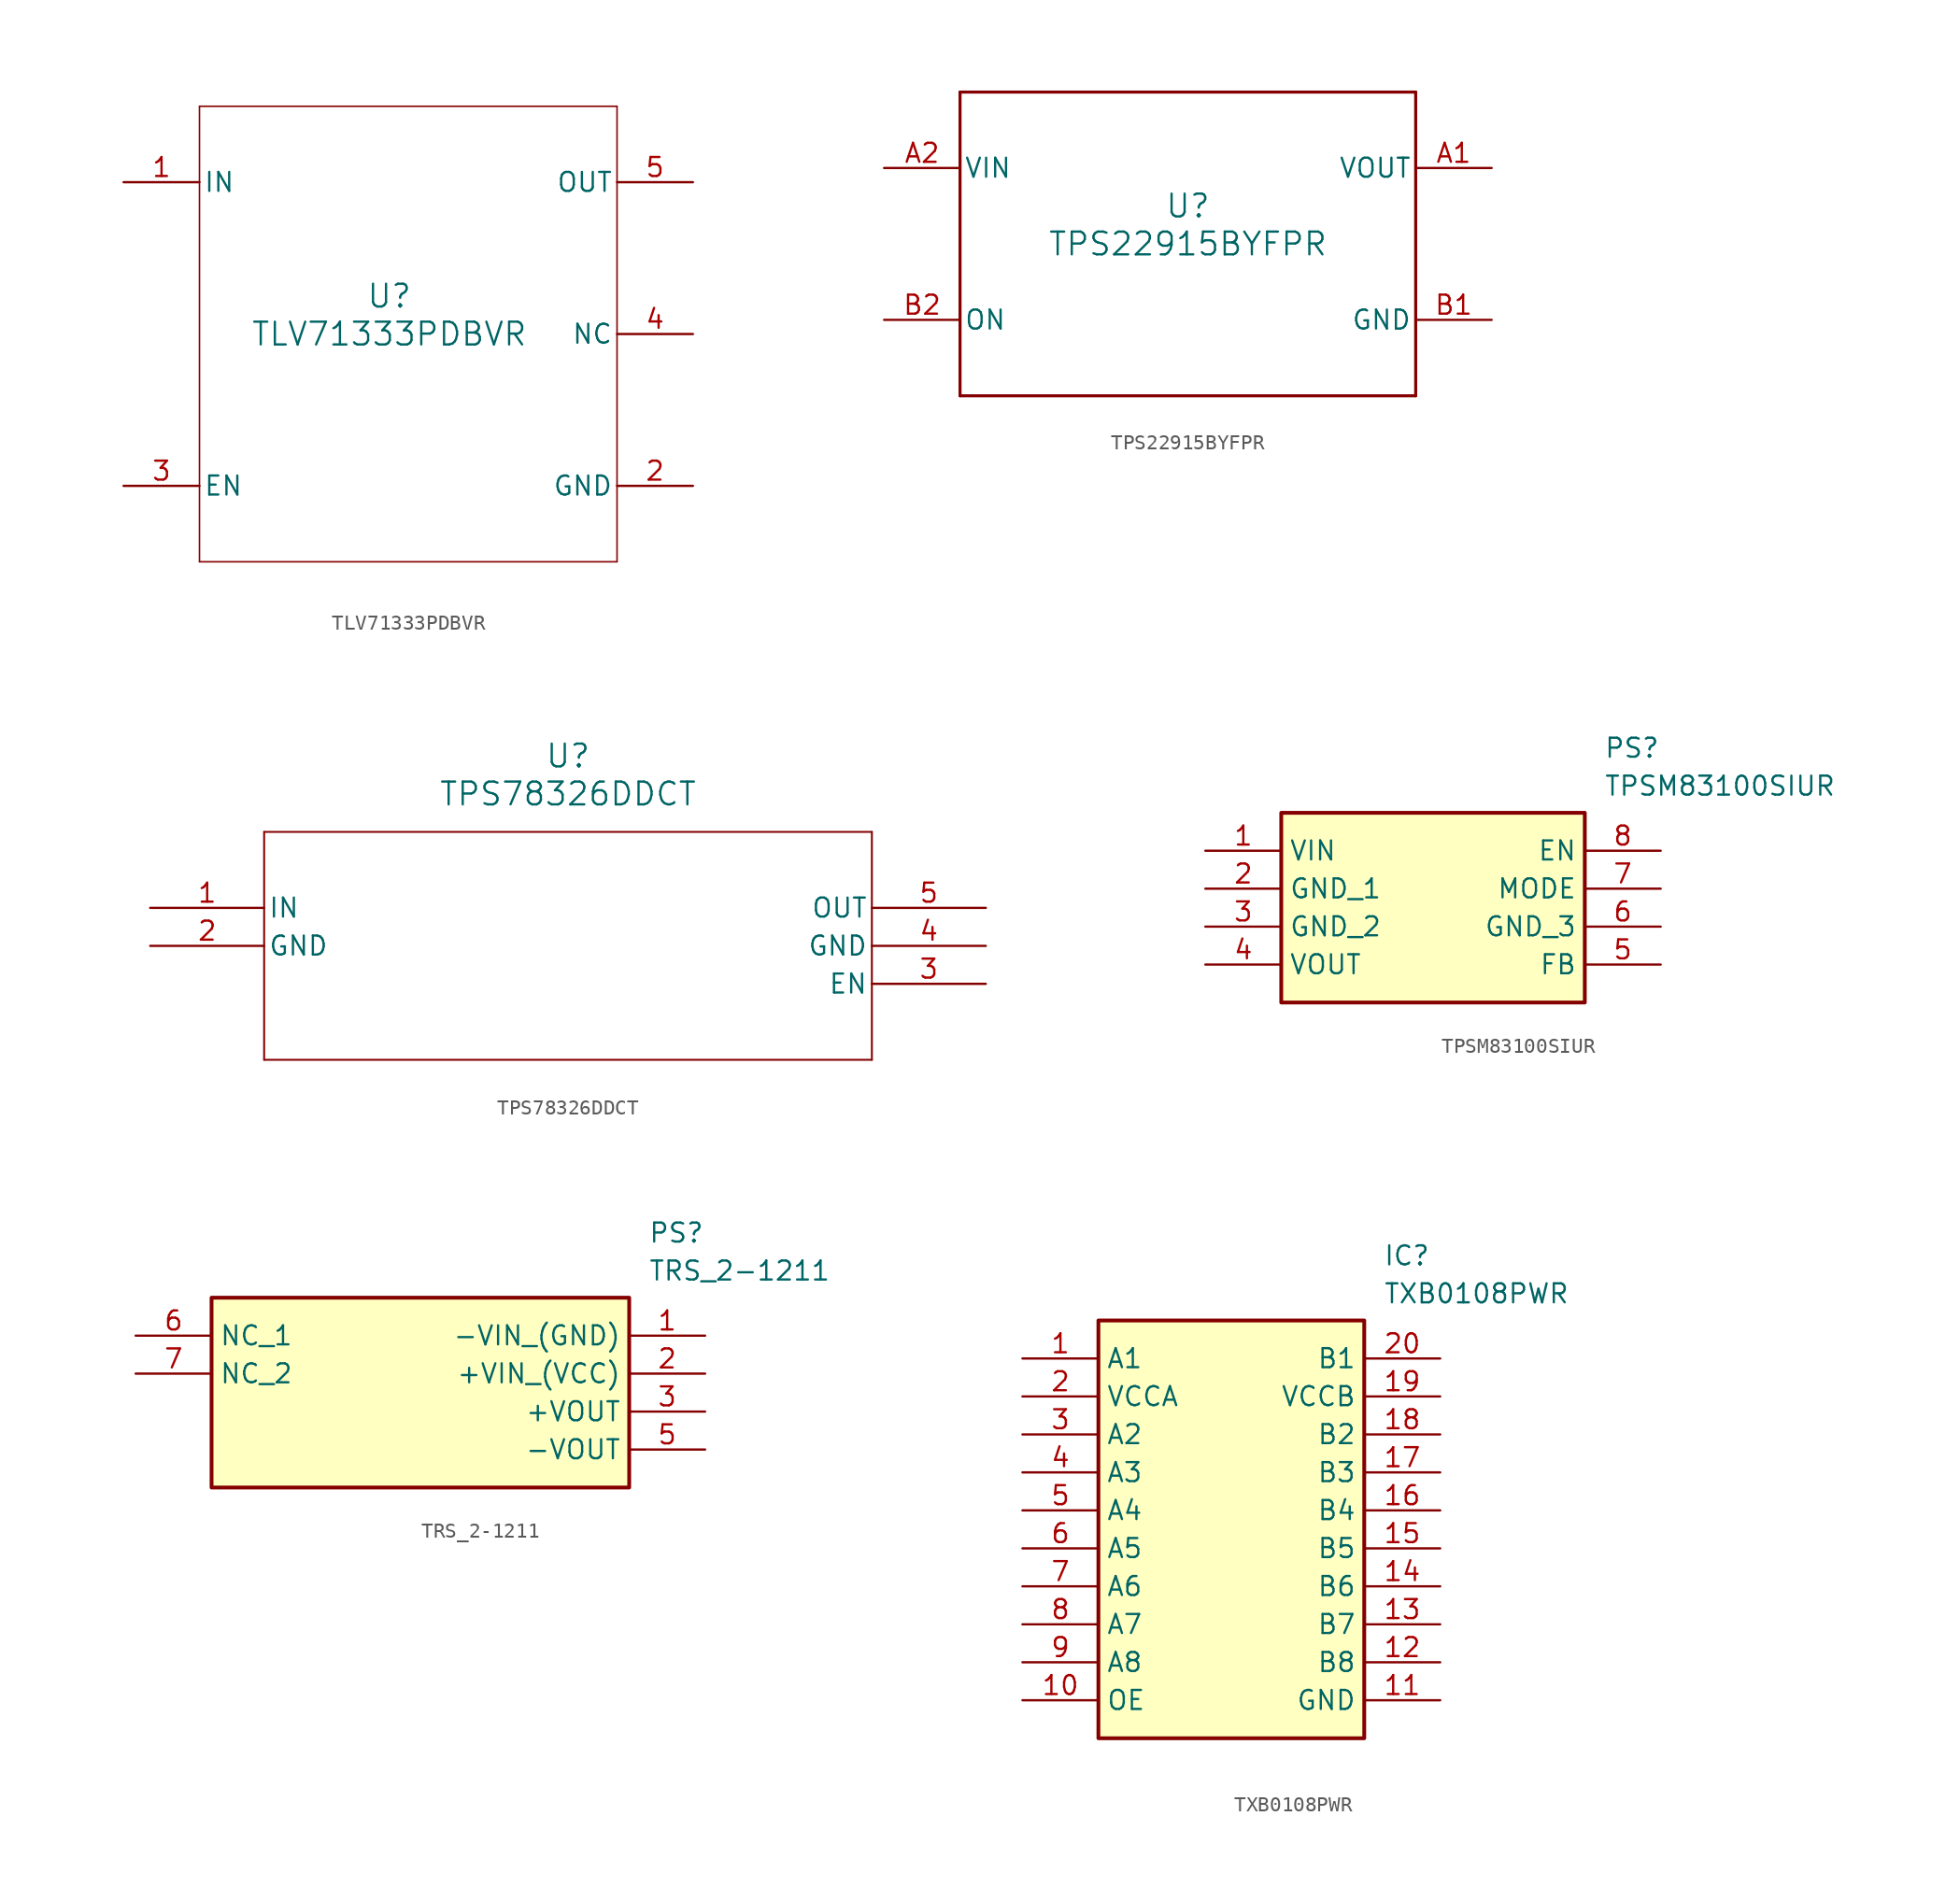
<source format=kicad_sym>
(kicad_symbol_lib
  (version 20231120)
  (generator "kicad_symbol_editor")
  (generator_version "8.0")
  (symbol "TLV71333PDBVR"
    (pin_names
      (offset 0.254))
    (property "Reference" "U"
      (at 0 2.54 0)
      (effects (font (size 1.524 1.524))))
    (property "Value" "TLV71333PDBVR"
      (at 0 0 0)
      (effects (font (size 1.524 1.524))))
    (property "ki_locked" ""
      (at 0 0 0)
      (effects (font (size 1.27 1.27))))
    (symbol "TLV71333PDBVR_0_1"
      (polyline (pts (xy -12.7 -15.24) (xy 15.24 -15.24)) (stroke (width 0.102) (type default)) (fill (type none)))
      (polyline (pts (xy -12.7 15.24) (xy -12.7 -15.24)) (stroke (width 0.102) (type default)) (fill (type none)))
      (polyline (pts (xy 15.24 -15.24) (xy 15.24 15.24)) (stroke (width 0.102) (type default)) (fill (type none)))
      (polyline (pts (xy 15.24 15.24) (xy -12.7 15.24)) (stroke (width 0.102) (type default)) (fill (type none)))
      (pin power_in line (at -17.78 10.16 0) (length 5.08) (name "IN" (effects (font (size 1.27 1.27)))) (number "1" (effects (font (size 1.27 1.27)))))
      (pin power_in line (at 20.32 -10.16 180) (length 5.08) (name "GND" (effects (font (size 1.27 1.27)))) (number "2" (effects (font (size 1.27 1.27)))))
      (pin input line (at -17.78 -10.16 0) (length 5.08) (name "EN" (effects (font (size 1.27 1.27)))) (number "3" (effects (font (size 1.27 1.27)))))
      (pin unspecified line (at 20.32 0 180) (length 5.08) (name "NC" (effects (font (size 1.27 1.27)))) (number "4" (effects (font (size 1.27 1.27)))))
      (pin power_in line (at 20.32 10.16 180) (length 5.08) (name "OUT" (effects (font (size 1.27 1.27)))) (number "5" (effects (font (size 1.27 1.27)))))))
  (symbol "TPS22915BYFPR"
    (pin_names
      (offset 0.254))
    (property "Reference" "U"
      (at 0 2.54 0)
      (effects (font (size 1.524 1.524))))
    (property "Value" "TPS22915BYFPR"
      (at 0 0 0)
      (effects (font (size 1.524 1.524))))
    (symbol "TPS22915BYFPR_1_1"
      (polyline (pts (xy -15.24 -10.16) (xy 15.24 -10.16)) (stroke (width 0.203) (type default)) (fill (type none)))
      (polyline (pts (xy -15.24 10.16) (xy -15.24 -10.16)) (stroke (width 0.203) (type default)) (fill (type none)))
      (polyline (pts (xy 15.24 -10.16) (xy 15.24 10.16)) (stroke (width 0.203) (type default)) (fill (type none)))
      (polyline (pts (xy 15.24 10.16) (xy -15.24 10.16)) (stroke (width 0.203) (type default)) (fill (type none)))
      (pin power_in line (at 20.32 5.08 180) (length 5.08) (name "VOUT" (effects (font (size 1.27 1.27)))) (number "A1" (effects (font (size 1.27 1.27)))))
      (pin power_in line (at -20.32 5.08 0) (length 5.08) (name "VIN" (effects (font (size 1.27 1.27)))) (number "A2" (effects (font (size 1.27 1.27)))))
      (pin power_in line (at 20.32 -5.08 180) (length 5.08) (name "GND" (effects (font (size 1.27 1.27)))) (number "B1" (effects (font (size 1.27 1.27)))))
      (pin input line (at -20.32 -5.08 0) (length 5.08) (name "ON" (effects (font (size 1.27 1.27)))) (number "B2" (effects (font (size 1.27 1.27)))))))
  (symbol "TPS78326DDCT"
    (pin_names
      (offset 0.254))
    (property "Reference" "U"
      (at 27.94 10.16 0)
      (effects (font (size 1.524 1.524))))
    (property "Value" "TPS78326DDCT"
      (at 27.94 7.62 0)
      (effects (font (size 1.524 1.524))))
    (property "ki_locked" ""
      (at 0 0 0)
      (effects (font (size 1.27 1.27))))
    (symbol "TPS78326DDCT_0_1"
      (polyline (pts (xy 7.62 -10.16) (xy 48.26 -10.16)) (stroke (width 0.127) (type default)) (fill (type none)))
      (polyline (pts (xy 7.62 5.08) (xy 7.62 -10.16)) (stroke (width 0.127) (type default)) (fill (type none)))
      (polyline (pts (xy 48.26 -10.16) (xy 48.26 5.08)) (stroke (width 0.127) (type default)) (fill (type none)))
      (polyline (pts (xy 48.26 5.08) (xy 7.62 5.08)) (stroke (width 0.127) (type default)) (fill (type none)))
      (pin input line (at 0 0 0) (length 7.62) (name "IN" (effects (font (size 1.27 1.27)))) (number "1" (effects (font (size 1.27 1.27)))))
      (pin power_in line (at 0 -2.54 0) (length 7.62) (name "GND" (effects (font (size 1.27 1.27)))) (number "2" (effects (font (size 1.27 1.27)))))
      (pin input line (at 55.88 -5.08 180) (length 7.62) (name "EN" (effects (font (size 1.27 1.27)))) (number "3" (effects (font (size 1.27 1.27)))))
      (pin power_in line (at 55.88 -2.54 180) (length 7.62) (name "GND" (effects (font (size 1.27 1.27)))) (number "4" (effects (font (size 1.27 1.27)))))
      (pin output line (at 55.88 0 180) (length 7.62) (name "OUT" (effects (font (size 1.27 1.27)))) (number "5" (effects (font (size 1.27 1.27)))))))
  (symbol "TPSM83100SIUR"
    (property "Reference" "PS"
      (at 26.67 7.62 0)
      (effects (font (size 1.27 1.27)) (justify left top)))
    (property "Value" "TPSM83100SIUR"
      (at 26.67 5.08 0)
      (effects (font (size 1.27 1.27)) (justify left top)))
    (symbol "TPSM83100SIUR_1_1"
      (rectangle (start 5.08 2.54) (end 25.4 -10.16) (stroke (width 0.254) (type default)) (fill (type background)))
      (pin passive line (at 0 0 0) (length 5.08) (name "VIN" (effects (font (size 1.27 1.27)))) (number "1" (effects (font (size 1.27 1.27)))))
      (pin passive line (at 0 -2.54 0) (length 5.08) (name "GND_1" (effects (font (size 1.27 1.27)))) (number "2" (effects (font (size 1.27 1.27)))))
      (pin passive line (at 0 -5.08 0) (length 5.08) (name "GND_2" (effects (font (size 1.27 1.27)))) (number "3" (effects (font (size 1.27 1.27)))))
      (pin passive line (at 0 -7.62 0) (length 5.08) (name "VOUT" (effects (font (size 1.27 1.27)))) (number "4" (effects (font (size 1.27 1.27)))))
      (pin passive line (at 30.48 -7.62 180) (length 5.08) (name "FB" (effects (font (size 1.27 1.27)))) (number "5" (effects (font (size 1.27 1.27)))))
      (pin passive line (at 30.48 -5.08 180) (length 5.08) (name "GND_3" (effects (font (size 1.27 1.27)))) (number "6" (effects (font (size 1.27 1.27)))))
      (pin passive line (at 30.48 -2.54 180) (length 5.08) (name "MODE" (effects (font (size 1.27 1.27)))) (number "7" (effects (font (size 1.27 1.27)))))
      (pin passive line (at 30.48 0 180) (length 5.08) (name "EN" (effects (font (size 1.27 1.27)))) (number "8" (effects (font (size 1.27 1.27)))))))
  (symbol "TRS_2-1211"
    (property "Reference" "PS"
      (at 34.29 7.62 0)
      (effects (font (size 1.27 1.27)) (justify left top)))
    (property "Value" "TRS_2-1211"
      (at 34.29 5.08 0)
      (effects (font (size 1.27 1.27)) (justify left top)))
    (symbol "TRS_2-1211_1_1"
      (rectangle (start 5.08 2.54) (end 33.02 -10.16) (stroke (width 0.254) (type default)) (fill (type background)))
      (pin passive line (at 38.1 0 180) (length 5.08) (name "-VIN_(GND)" (effects (font (size 1.27 1.27)))) (number "1" (effects (font (size 1.27 1.27)))))
      (pin passive line (at 38.1 -2.54 180) (length 5.08) (name "+VIN_(VCC)" (effects (font (size 1.27 1.27)))) (number "2" (effects (font (size 1.27 1.27)))))
      (pin passive line (at 38.1 -5.08 180) (length 5.08) (name "+VOUT" (effects (font (size 1.27 1.27)))) (number "3" (effects (font (size 1.27 1.27)))))
      (pin passive line (at 38.1 -7.62 180) (length 5.08) (name "-VOUT" (effects (font (size 1.27 1.27)))) (number "5" (effects (font (size 1.27 1.27)))))
      (pin passive line (at 0 0 0) (length 5.08) (name "NC_1" (effects (font (size 1.27 1.27)))) (number "6" (effects (font (size 1.27 1.27)))))
      (pin passive line (at 0 -2.54 0) (length 5.08) (name "NC_2" (effects (font (size 1.27 1.27)))) (number "7" (effects (font (size 1.27 1.27)))))))
  (symbol "TXB0108PWR"
    (property "Reference" "IC"
      (at 24.13 7.62 0)
      (effects (font (size 1.27 1.27)) (justify left top)))
    (property "Value" "TXB0108PWR"
      (at 24.13 5.08 0)
      (effects (font (size 1.27 1.27)) (justify left top)))
    (symbol "TXB0108PWR_1_1"
      (rectangle (start 5.08 2.54) (end 22.86 -25.4) (stroke (width 0.254) (type default)) (fill (type background)))
      (pin passive line (at 0 0 0) (length 5.08) (name "A1" (effects (font (size 1.27 1.27)))) (number "1" (effects (font (size 1.27 1.27)))))
      (pin passive line (at 0 -22.86 0) (length 5.08) (name "OE" (effects (font (size 1.27 1.27)))) (number "10" (effects (font (size 1.27 1.27)))))
      (pin passive line (at 27.94 -22.86 180) (length 5.08) (name "GND" (effects (font (size 1.27 1.27)))) (number "11" (effects (font (size 1.27 1.27)))))
      (pin passive line (at 27.94 -20.32 180) (length 5.08) (name "B8" (effects (font (size 1.27 1.27)))) (number "12" (effects (font (size 1.27 1.27)))))
      (pin passive line (at 27.94 -17.78 180) (length 5.08) (name "B7" (effects (font (size 1.27 1.27)))) (number "13" (effects (font (size 1.27 1.27)))))
      (pin passive line (at 27.94 -15.24 180) (length 5.08) (name "B6" (effects (font (size 1.27 1.27)))) (number "14" (effects (font (size 1.27 1.27)))))
      (pin passive line (at 27.94 -12.7 180) (length 5.08) (name "B5" (effects (font (size 1.27 1.27)))) (number "15" (effects (font (size 1.27 1.27)))))
      (pin passive line (at 27.94 -10.16 180) (length 5.08) (name "B4" (effects (font (size 1.27 1.27)))) (number "16" (effects (font (size 1.27 1.27)))))
      (pin passive line (at 27.94 -7.62 180) (length 5.08) (name "B3" (effects (font (size 1.27 1.27)))) (number "17" (effects (font (size 1.27 1.27)))))
      (pin passive line (at 27.94 -5.08 180) (length 5.08) (name "B2" (effects (font (size 1.27 1.27)))) (number "18" (effects (font (size 1.27 1.27)))))
      (pin passive line (at 27.94 -2.54 180) (length 5.08) (name "VCCB" (effects (font (size 1.27 1.27)))) (number "19" (effects (font (size 1.27 1.27)))))
      (pin passive line (at 0 -2.54 0) (length 5.08) (name "VCCA" (effects (font (size 1.27 1.27)))) (number "2" (effects (font (size 1.27 1.27)))))
      (pin passive line (at 27.94 0 180) (length 5.08) (name "B1" (effects (font (size 1.27 1.27)))) (number "20" (effects (font (size 1.27 1.27)))))
      (pin passive line (at 0 -5.08 0) (length 5.08) (name "A2" (effects (font (size 1.27 1.27)))) (number "3" (effects (font (size 1.27 1.27)))))
      (pin passive line (at 0 -7.62 0) (length 5.08) (name "A3" (effects (font (size 1.27 1.27)))) (number "4" (effects (font (size 1.27 1.27)))))
      (pin passive line (at 0 -10.16 0) (length 5.08) (name "A4" (effects (font (size 1.27 1.27)))) (number "5" (effects (font (size 1.27 1.27)))))
      (pin passive line (at 0 -12.7 0) (length 5.08) (name "A5" (effects (font (size 1.27 1.27)))) (number "6" (effects (font (size 1.27 1.27)))))
      (pin passive line (at 0 -15.24 0) (length 5.08) (name "A6" (effects (font (size 1.27 1.27)))) (number "7" (effects (font (size 1.27 1.27)))))
      (pin passive line (at 0 -17.78 0) (length 5.08) (name "A7" (effects (font (size 1.27 1.27)))) (number "8" (effects (font (size 1.27 1.27)))))
      (pin passive line (at 0 -20.32 0) (length 5.08) (name "A8" (effects (font (size 1.27 1.27)))) (number "9" (effects (font (size 1.27 1.27))))))))
</source>
